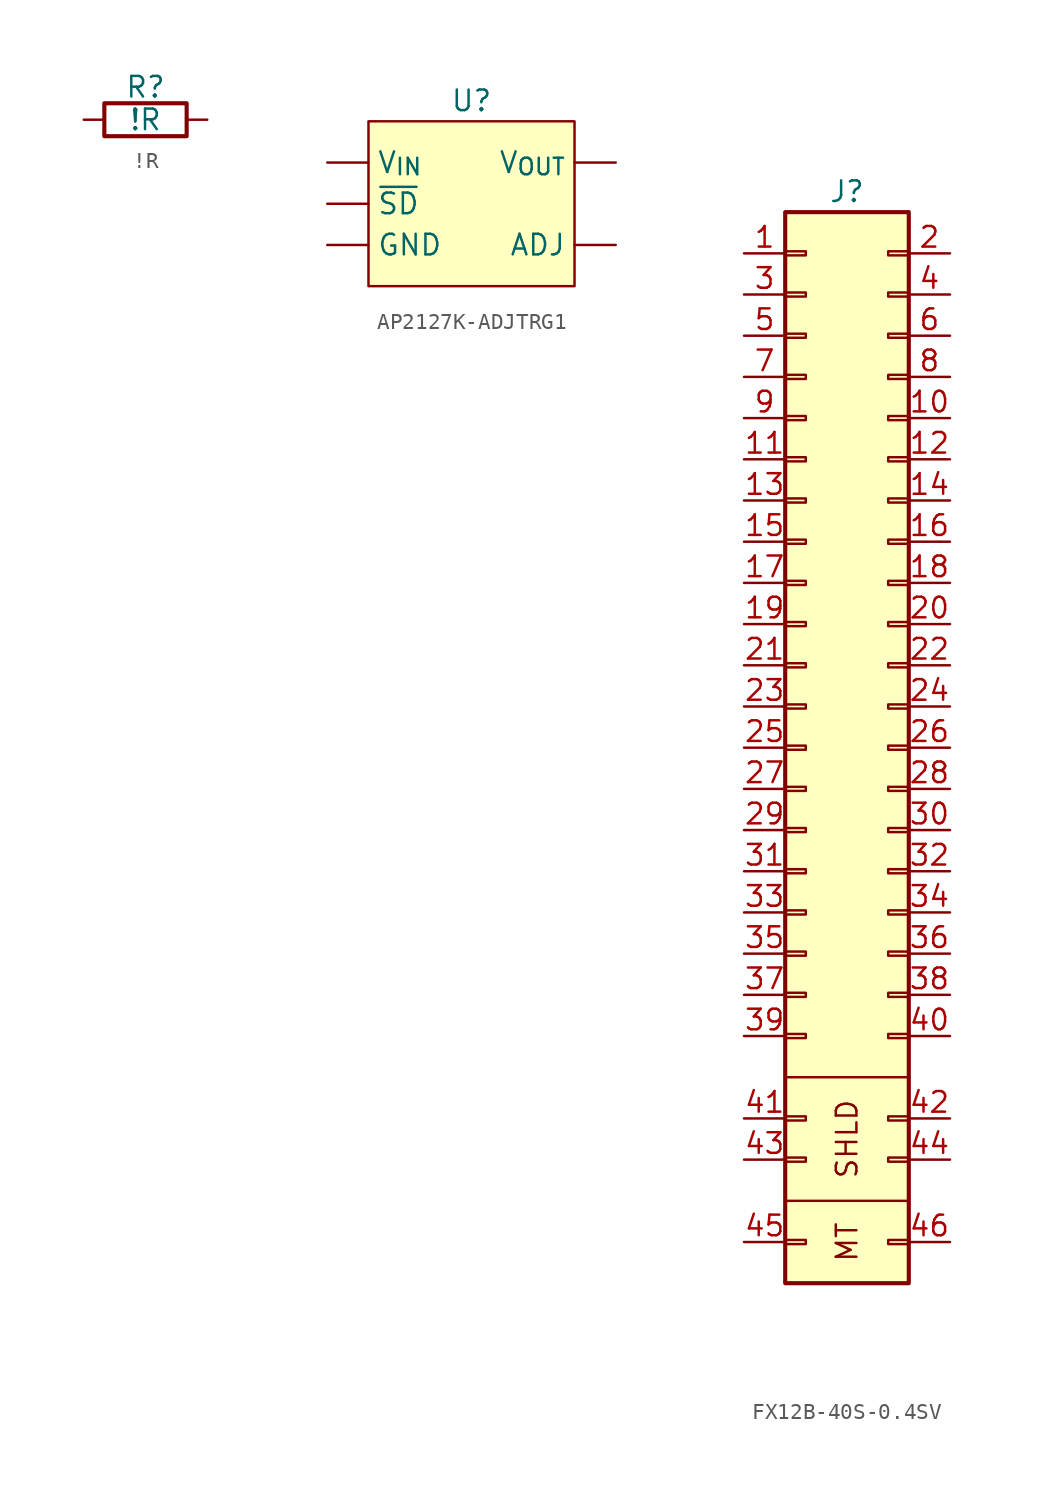
<source format=kicad_sym>
(kicad_symbol_lib
  (version 20241209)
  (generator "kicad_symbol_editor")
  (generator_version "9.0")
  (symbol "!R"
    (pin_numbers
      (hide yes))
    (pin_names
      (offset 0))
    (property "Reference" "R"
      (at 3.81 1.27 0)
      (effects (font (size 1.27 1.27)) (justify bottom)))
    (property "Value" "!R"
      (at 3.81 0 0)
      (effects (font (size 1.27 1.27))))
    (symbol "!R_0_1"
      (rectangle (start 1.27 1.016) (end 6.35 -1.016) (stroke (width 0.254) (type default)) (fill (type none))))
    (symbol "!R_1_1"
      (pin passive line (at 0 0 0) (length 1.27) (name "~" (effects (font (size 1.27 1.27)))) (number "1" (effects (font (size 1.27 1.27)))))
      (pin passive line (at 7.62 0 180) (length 1.27) (name "~" (effects (font (size 1.27 1.27)))) (number "2" (effects (font (size 1.27 1.27)))))))
  (symbol "AP2127K-ADJTRG1"
    (pin_numbers
      (hide yes))
    (property "Reference" "U"
      (at 8.89 3.81 0)
      (effects (font (size 1.27 1.27))))
    (symbol "AP2127K-ADJTRG1_1_1"
      (rectangle (start 2.54 2.54) (end 15.24 -7.62) (stroke (width 0) (type solid)) (fill (type background)))
      (pin power_in line (at 0 0 0) (length 2.54) (name "V_{IN}" (effects (font (size 1.27 1.27)))) (number "1" (effects (font (size 1.27 1.27)))))
      (pin input line (at 0 -2.54 0) (length 2.54) (name "~{SD}" (effects (font (size 1.27 1.27)))) (number "3" (effects (font (size 1.27 1.27)))))
      (pin power_in line (at 0 -5.08 0) (length 2.54) (name "GND" (effects (font (size 1.27 1.27)))) (number "2" (effects (font (size 1.27 1.27)))))
      (pin power_out line (at 17.78 0 180) (length 2.54) (name "V_{OUT}" (effects (font (size 1.27 1.27)))) (number "5" (effects (font (size 1.27 1.27)))))
      (pin input line (at 17.78 -5.08 180) (length 2.54) (name "ADJ" (effects (font (size 1.27 1.27)))) (number "4" (effects (font (size 1.27 1.27)))))))
  (symbol "FX12B-40S-0.4SV"
    (pin_names
      (offset 1.016)
      (hide yes))
    (property "Reference" "J"
      (at 6.35 3.81 0)
      (effects (font (size 1.27 1.27))))
    (symbol "FX12B-40S-0.4SV_0_1"
      (polyline (pts (xy 2.54 -50.8) (xy 10.16 -50.8)) (stroke (width 0) (type default)) (fill (type none)))
      (polyline (pts (xy 10.16 -58.42) (xy 2.54 -58.42)) (stroke (width 0) (type default)) (fill (type none))))
    (symbol "FX12B-40S-0.4SV_1_1"
      (rectangle (start 2.54 2.54) (end 10.16 -63.5) (stroke (width 0.254) (type default)) (fill (type background)))
      (rectangle (start 2.54 0.127) (end 3.81 -0.127) (stroke (width 0.152) (type default)) (fill (type none)))
      (rectangle (start 2.54 -2.413) (end 3.81 -2.667) (stroke (width 0.152) (type default)) (fill (type none)))
      (rectangle (start 2.54 -4.953) (end 3.81 -5.207) (stroke (width 0.152) (type default)) (fill (type none)))
      (rectangle (start 2.54 -7.493) (end 3.81 -7.747) (stroke (width 0.152) (type default)) (fill (type none)))
      (rectangle (start 2.54 -10.033) (end 3.81 -10.287) (stroke (width 0.152) (type default)) (fill (type none)))
      (rectangle (start 2.54 -12.573) (end 3.81 -12.827) (stroke (width 0.152) (type default)) (fill (type none)))
      (rectangle (start 2.54 -15.113) (end 3.81 -15.367) (stroke (width 0.152) (type default)) (fill (type none)))
      (rectangle (start 2.54 -17.653) (end 3.81 -17.907) (stroke (width 0.152) (type default)) (fill (type none)))
      (rectangle (start 2.54 -20.193) (end 3.81 -20.447) (stroke (width 0.152) (type default)) (fill (type none)))
      (rectangle (start 2.54 -22.733) (end 3.81 -22.987) (stroke (width 0.152) (type default)) (fill (type none)))
      (rectangle (start 2.54 -25.273) (end 3.81 -25.527) (stroke (width 0.152) (type default)) (fill (type none)))
      (rectangle (start 2.54 -27.813) (end 3.81 -28.067) (stroke (width 0.152) (type default)) (fill (type none)))
      (rectangle (start 2.54 -30.353) (end 3.81 -30.607) (stroke (width 0.152) (type default)) (fill (type none)))
      (rectangle (start 2.54 -32.893) (end 3.81 -33.147) (stroke (width 0.152) (type default)) (fill (type none)))
      (rectangle (start 2.54 -35.433) (end 3.81 -35.687) (stroke (width 0.152) (type default)) (fill (type none)))
      (rectangle (start 2.54 -37.973) (end 3.81 -38.227) (stroke (width 0.152) (type default)) (fill (type none)))
      (rectangle (start 2.54 -40.513) (end 3.81 -40.767) (stroke (width 0.152) (type default)) (fill (type none)))
      (rectangle (start 2.54 -43.053) (end 3.81 -43.307) (stroke (width 0.152) (type default)) (fill (type none)))
      (rectangle (start 2.54 -45.593) (end 3.81 -45.847) (stroke (width 0.152) (type default)) (fill (type none)))
      (rectangle (start 2.54 -48.133) (end 3.81 -48.387) (stroke (width 0.152) (type default)) (fill (type none)))
      (rectangle (start 2.54 -53.213) (end 3.81 -53.467) (stroke (width 0.152) (type default)) (fill (type none)))
      (rectangle (start 2.54 -55.753) (end 3.81 -56.007) (stroke (width 0.152) (type default)) (fill (type none)))
      (rectangle (start 2.54 -60.833) (end 3.81 -61.087) (stroke (width 0.152) (type default)) (fill (type none)))
      (rectangle (start 10.16 0.127) (end 8.89 -0.127) (stroke (width 0.152) (type default)) (fill (type none)))
      (rectangle (start 10.16 -2.413) (end 8.89 -2.667) (stroke (width 0.152) (type default)) (fill (type none)))
      (rectangle (start 10.16 -4.953) (end 8.89 -5.207) (stroke (width 0.152) (type default)) (fill (type none)))
      (rectangle (start 10.16 -7.493) (end 8.89 -7.747) (stroke (width 0.152) (type default)) (fill (type none)))
      (rectangle (start 10.16 -10.033) (end 8.89 -10.287) (stroke (width 0.152) (type default)) (fill (type none)))
      (rectangle (start 10.16 -12.573) (end 8.89 -12.827) (stroke (width 0.152) (type default)) (fill (type none)))
      (rectangle (start 10.16 -15.113) (end 8.89 -15.367) (stroke (width 0.152) (type default)) (fill (type none)))
      (rectangle (start 10.16 -17.653) (end 8.89 -17.907) (stroke (width 0.152) (type default)) (fill (type none)))
      (rectangle (start 10.16 -20.193) (end 8.89 -20.447) (stroke (width 0.152) (type default)) (fill (type none)))
      (rectangle (start 10.16 -22.733) (end 8.89 -22.987) (stroke (width 0.152) (type default)) (fill (type none)))
      (rectangle (start 10.16 -25.273) (end 8.89 -25.527) (stroke (width 0.152) (type default)) (fill (type none)))
      (rectangle (start 10.16 -27.813) (end 8.89 -28.067) (stroke (width 0.152) (type default)) (fill (type none)))
      (rectangle (start 10.16 -30.353) (end 8.89 -30.607) (stroke (width 0.152) (type default)) (fill (type none)))
      (rectangle (start 10.16 -32.893) (end 8.89 -33.147) (stroke (width 0.152) (type default)) (fill (type none)))
      (rectangle (start 10.16 -35.433) (end 8.89 -35.687) (stroke (width 0.152) (type default)) (fill (type none)))
      (rectangle (start 10.16 -37.973) (end 8.89 -38.227) (stroke (width 0.152) (type default)) (fill (type none)))
      (rectangle (start 10.16 -40.513) (end 8.89 -40.767) (stroke (width 0.152) (type default)) (fill (type none)))
      (rectangle (start 10.16 -43.053) (end 8.89 -43.307) (stroke (width 0.152) (type default)) (fill (type none)))
      (rectangle (start 10.16 -45.593) (end 8.89 -45.847) (stroke (width 0.152) (type default)) (fill (type none)))
      (rectangle (start 10.16 -48.133) (end 8.89 -48.387) (stroke (width 0.152) (type default)) (fill (type none)))
      (rectangle (start 10.16 -53.213) (end 8.89 -53.467) (stroke (width 0.152) (type default)) (fill (type none)))
      (rectangle (start 10.16 -55.753) (end 8.89 -56.007) (stroke (width 0.152) (type default)) (fill (type none)))
      (rectangle (start 10.16 -60.833) (end 8.89 -61.087) (stroke (width 0.152) (type default)) (fill (type none)))
      (text "SHLD" (at 6.35 -54.61 900) (effects (font (size 1.27 1.27))))
      (text "MT" (at 6.35 -60.96 900) (effects (font (size 1.27 1.27))))
      (pin passive line (at 0 0 0) (length 2.54) (name "Pin_1" (effects (font (size 1.27 1.27)))) (number "1" (effects (font (size 1.27 1.27)))))
      (pin passive line (at 0 -2.54 0) (length 2.54) (name "Pin_3" (effects (font (size 1.27 1.27)))) (number "3" (effects (font (size 1.27 1.27)))))
      (pin passive line (at 0 -5.08 0) (length 2.54) (name "Pin_5" (effects (font (size 1.27 1.27)))) (number "5" (effects (font (size 1.27 1.27)))))
      (pin passive line (at 0 -7.62 0) (length 2.54) (name "Pin_7" (effects (font (size 1.27 1.27)))) (number "7" (effects (font (size 1.27 1.27)))))
      (pin passive line (at 0 -10.16 0) (length 2.54) (name "Pin_9" (effects (font (size 1.27 1.27)))) (number "9" (effects (font (size 1.27 1.27)))))
      (pin passive line (at 0 -12.7 0) (length 2.54) (name "Pin_11" (effects (font (size 1.27 1.27)))) (number "11" (effects (font (size 1.27 1.27)))))
      (pin passive line (at 0 -15.24 0) (length 2.54) (name "Pin_13" (effects (font (size 1.27 1.27)))) (number "13" (effects (font (size 1.27 1.27)))))
      (pin passive line (at 0 -17.78 0) (length 2.54) (name "Pin_15" (effects (font (size 1.27 1.27)))) (number "15" (effects (font (size 1.27 1.27)))))
      (pin passive line (at 0 -20.32 0) (length 2.54) (name "Pin_17" (effects (font (size 1.27 1.27)))) (number "17" (effects (font (size 1.27 1.27)))))
      (pin passive line (at 0 -22.86 0) (length 2.54) (name "Pin_19" (effects (font (size 1.27 1.27)))) (number "19" (effects (font (size 1.27 1.27)))))
      (pin passive line (at 0 -25.4 0) (length 2.54) (name "Pin_21" (effects (font (size 1.27 1.27)))) (number "21" (effects (font (size 1.27 1.27)))))
      (pin passive line (at 0 -27.94 0) (length 2.54) (name "Pin_23" (effects (font (size 1.27 1.27)))) (number "23" (effects (font (size 1.27 1.27)))))
      (pin passive line (at 0 -30.48 0) (length 2.54) (name "Pin_25" (effects (font (size 1.27 1.27)))) (number "25" (effects (font (size 1.27 1.27)))))
      (pin passive line (at 0 -33.02 0) (length 2.54) (name "Pin_27" (effects (font (size 1.27 1.27)))) (number "27" (effects (font (size 1.27 1.27)))))
      (pin passive line (at 0 -35.56 0) (length 2.54) (name "Pin_29" (effects (font (size 1.27 1.27)))) (number "29" (effects (font (size 1.27 1.27)))))
      (pin passive line (at 0 -38.1 0) (length 2.54) (name "Pin_31" (effects (font (size 1.27 1.27)))) (number "31" (effects (font (size 1.27 1.27)))))
      (pin passive line (at 0 -40.64 0) (length 2.54) (name "Pin_33" (effects (font (size 1.27 1.27)))) (number "33" (effects (font (size 1.27 1.27)))))
      (pin passive line (at 0 -43.18 0) (length 2.54) (name "Pin_35" (effects (font (size 1.27 1.27)))) (number "35" (effects (font (size 1.27 1.27)))))
      (pin passive line (at 0 -45.72 0) (length 2.54) (name "Pin_37" (effects (font (size 1.27 1.27)))) (number "37" (effects (font (size 1.27 1.27)))))
      (pin passive line (at 0 -48.26 0) (length 2.54) (name "Pin_39" (effects (font (size 1.27 1.27)))) (number "39" (effects (font (size 1.27 1.27)))))
      (pin passive line (at 0 -53.34 0) (length 2.54) (name "Pin_41" (effects (font (size 1.27 1.27)))) (number "41" (effects (font (size 1.27 1.27)))))
      (pin passive line (at 0 -55.88 0) (length 2.54) (name "Pin_43" (effects (font (size 1.27 1.27)))) (number "43" (effects (font (size 1.27 1.27)))))
      (pin passive line (at 0 -60.96 0) (length 2.54) (name "Pin_45" (effects (font (size 1.27 1.27)))) (number "45" (effects (font (size 1.27 1.27)))))
      (pin passive line (at 12.7 0 180) (length 2.54) (name "Pin_2" (effects (font (size 1.27 1.27)))) (number "2" (effects (font (size 1.27 1.27)))))
      (pin passive line (at 12.7 -2.54 180) (length 2.54) (name "Pin_4" (effects (font (size 1.27 1.27)))) (number "4" (effects (font (size 1.27 1.27)))))
      (pin passive line (at 12.7 -5.08 180) (length 2.54) (name "Pin_6" (effects (font (size 1.27 1.27)))) (number "6" (effects (font (size 1.27 1.27)))))
      (pin passive line (at 12.7 -7.62 180) (length 2.54) (name "Pin_8" (effects (font (size 1.27 1.27)))) (number "8" (effects (font (size 1.27 1.27)))))
      (pin passive line (at 12.7 -10.16 180) (length 2.54) (name "Pin_10" (effects (font (size 1.27 1.27)))) (number "10" (effects (font (size 1.27 1.27)))))
      (pin passive line (at 12.7 -12.7 180) (length 2.54) (name "Pin_12" (effects (font (size 1.27 1.27)))) (number "12" (effects (font (size 1.27 1.27)))))
      (pin passive line (at 12.7 -15.24 180) (length 2.54) (name "Pin_14" (effects (font (size 1.27 1.27)))) (number "14" (effects (font (size 1.27 1.27)))))
      (pin passive line (at 12.7 -17.78 180) (length 2.54) (name "Pin_16" (effects (font (size 1.27 1.27)))) (number "16" (effects (font (size 1.27 1.27)))))
      (pin passive line (at 12.7 -20.32 180) (length 2.54) (name "Pin_18" (effects (font (size 1.27 1.27)))) (number "18" (effects (font (size 1.27 1.27)))))
      (pin passive line (at 12.7 -22.86 180) (length 2.54) (name "Pin_20" (effects (font (size 1.27 1.27)))) (number "20" (effects (font (size 1.27 1.27)))))
      (pin passive line (at 12.7 -25.4 180) (length 2.54) (name "Pin_22" (effects (font (size 1.27 1.27)))) (number "22" (effects (font (size 1.27 1.27)))))
      (pin passive line (at 12.7 -27.94 180) (length 2.54) (name "Pin_24" (effects (font (size 1.27 1.27)))) (number "24" (effects (font (size 1.27 1.27)))))
      (pin passive line (at 12.7 -30.48 180) (length 2.54) (name "Pin_26" (effects (font (size 1.27 1.27)))) (number "26" (effects (font (size 1.27 1.27)))))
      (pin passive line (at 12.7 -33.02 180) (length 2.54) (name "Pin_28" (effects (font (size 1.27 1.27)))) (number "28" (effects (font (size 1.27 1.27)))))
      (pin passive line (at 12.7 -35.56 180) (length 2.54) (name "Pin_30" (effects (font (size 1.27 1.27)))) (number "30" (effects (font (size 1.27 1.27)))))
      (pin passive line (at 12.7 -38.1 180) (length 2.54) (name "Pin_32" (effects (font (size 1.27 1.27)))) (number "32" (effects (font (size 1.27 1.27)))))
      (pin passive line (at 12.7 -40.64 180) (length 2.54) (name "Pin_34" (effects (font (size 1.27 1.27)))) (number "34" (effects (font (size 1.27 1.27)))))
      (pin passive line (at 12.7 -43.18 180) (length 2.54) (name "Pin_36" (effects (font (size 1.27 1.27)))) (number "36" (effects (font (size 1.27 1.27)))))
      (pin passive line (at 12.7 -45.72 180) (length 2.54) (name "Pin_38" (effects (font (size 1.27 1.27)))) (number "38" (effects (font (size 1.27 1.27)))))
      (pin passive line (at 12.7 -48.26 180) (length 2.54) (name "Pin_40" (effects (font (size 1.27 1.27)))) (number "40" (effects (font (size 1.27 1.27)))))
      (pin passive line (at 12.7 -53.34 180) (length 2.54) (name "Pin_42" (effects (font (size 1.27 1.27)))) (number "42" (effects (font (size 1.27 1.27)))))
      (pin passive line (at 12.7 -55.88 180) (length 2.54) (name "Pin_44" (effects (font (size 1.27 1.27)))) (number "44" (effects (font (size 1.27 1.27)))))
      (pin passive line (at 12.7 -60.96 180) (length 2.54) (name "Pin_46" (effects (font (size 1.27 1.27)))) (number "46" (effects (font (size 1.27 1.27))))))))
</source>
